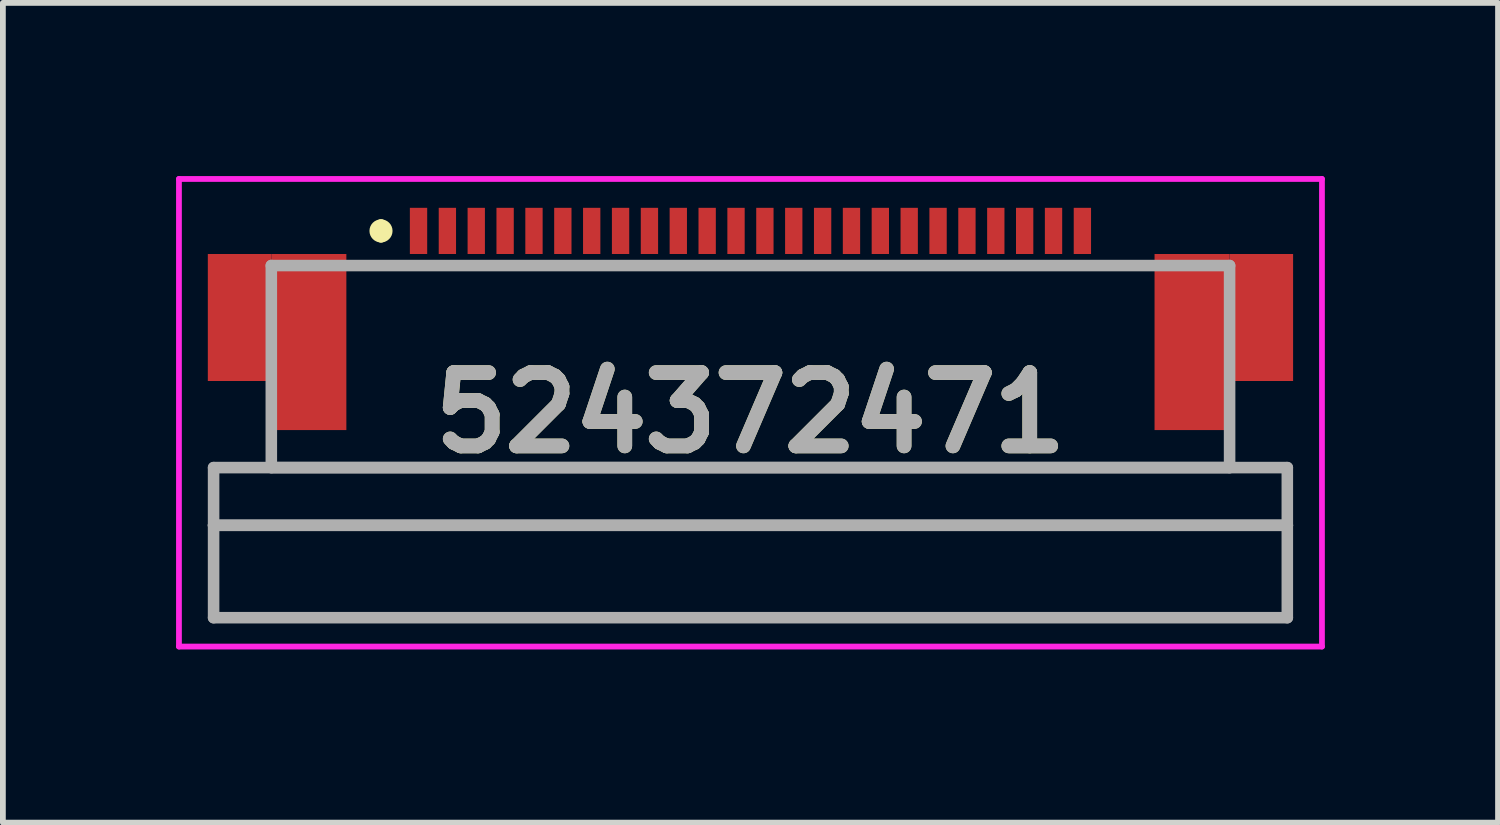
<source format=kicad_pcb>
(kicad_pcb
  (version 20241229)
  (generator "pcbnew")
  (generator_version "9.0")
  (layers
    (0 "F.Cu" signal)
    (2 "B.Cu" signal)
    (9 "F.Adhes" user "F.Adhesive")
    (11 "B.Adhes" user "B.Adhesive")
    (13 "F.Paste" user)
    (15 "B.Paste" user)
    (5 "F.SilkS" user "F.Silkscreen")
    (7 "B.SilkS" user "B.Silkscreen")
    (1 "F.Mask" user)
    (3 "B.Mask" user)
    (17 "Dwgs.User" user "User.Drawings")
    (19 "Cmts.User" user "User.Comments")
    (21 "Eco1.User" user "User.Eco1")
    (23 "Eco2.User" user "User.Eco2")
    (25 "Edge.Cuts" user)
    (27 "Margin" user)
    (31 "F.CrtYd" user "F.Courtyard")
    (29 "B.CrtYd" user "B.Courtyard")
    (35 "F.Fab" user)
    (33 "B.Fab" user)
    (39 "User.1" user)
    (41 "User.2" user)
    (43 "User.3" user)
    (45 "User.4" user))
  (footprint "524372471"
    (layer "F.Cu")
    (at 9.95 4.1)
    (property "Reference" "524372471" (at 0 0 0) (layer "F.SilkS") (effects (font (size 1.27 1.27) (thickness 0.254))))
    (attr smd)
    (fp_line (start -8.3 0.65) (end -8.3 0.95) (stroke (width 0.1) (type solid)) (layer "F.SilkS"))
    (fp_line (start -8.3 0.95) (end 8.3 0.95) (stroke (width 0.1) (type solid)) (layer "F.SilkS"))
    (fp_line (start -6.7 -2.55) (end -6.1 -2.55) (stroke (width 0.1) (type solid)) (layer "F.SilkS"))
    (fp_line (start -6.4 -3.25) (end -6.4 -3.25) (stroke (width 0.2) (type solid)) (layer "F.SilkS"))
    (fp_line (start -6.4 -3.05) (end -6.4 -3.05) (stroke (width 0.2) (type solid)) (layer "F.SilkS"))
    (fp_line (start 6.7 -2.55) (end 6.1 -2.55) (stroke (width 0.1) (type solid)) (layer "F.SilkS"))
    (fp_line (start 8.3 0.95) (end 8.3 0.65) (stroke (width 0.1) (type solid)) (layer "F.SilkS"))
    (fp_arc (start -6.4 -3.25) (mid -6.3 -3.15) (end -6.4 -3.05) (stroke (width 0.2) (type solid)) (layer "F.SilkS"))
    (fp_arc (start -6.4 -3.05) (mid -6.5 -3.15) (end -6.4 -3.25) (stroke (width 0.2) (type solid)) (layer "F.SilkS"))
    (fp_line (start -9.9 -4.05) (end 9.9 -4.05) (stroke (width 0.1) (type solid)) (layer "F.CrtYd"))
    (fp_line (start -9.9 4.05) (end -9.9 -4.05) (stroke (width 0.1) (type solid)) (layer "F.CrtYd"))
    (fp_line (start 9.9 -4.05) (end 9.9 4.05) (stroke (width 0.1) (type solid)) (layer "F.CrtYd"))
    (fp_line (start 9.9 4.05) (end -9.9 4.05) (stroke (width 0.1) (type solid)) (layer "F.CrtYd"))
    (fp_line (start -9.3 0.95) (end 9.3 0.95) (stroke (width 0.2) (type solid)) (layer "F.Fab"))
    (fp_line (start -9.3 1.95) (end -9.3 0.95) (stroke (width 0.2) (type solid)) (layer "F.Fab"))
    (fp_line (start -9.3 1.95) (end 9.3 1.95) (stroke (width 0.2) (type solid)) (layer "F.Fab"))
    (fp_line (start -9.3 3.55) (end -9.3 1.95) (stroke (width 0.2) (type solid)) (layer "F.Fab"))
    (fp_line (start -8.3 -2.55) (end 8.3 -2.55) (stroke (width 0.2) (type solid)) (layer "F.Fab"))
    (fp_line (start -8.3 0.95) (end -8.3 -2.55) (stroke (width 0.2) (type solid)) (layer "F.Fab"))
    (fp_line (start 8.3 -2.55) (end 8.3 0.95) (stroke (width 0.2) (type solid)) (layer "F.Fab"))
    (fp_line (start 8.3 0.95) (end -8.3 0.95) (stroke (width 0.2) (type solid)) (layer "F.Fab"))
    (fp_line (start 9.3 0.95) (end 9.3 1.95) (stroke (width 0.2) (type solid)) (layer "F.Fab"))
    (fp_line (start 9.3 1.95) (end -9.3 1.95) (stroke (width 0.2) (type solid)) (layer "F.Fab"))
    (fp_line (start 9.3 1.95) (end 9.3 3.55) (stroke (width 0.2) (type solid)) (layer "F.Fab"))
    (fp_line (start 9.3 3.55) (end -9.3 3.55) (stroke (width 0.2) (type solid)) (layer "F.Fab"))
    (fp_text user "${REFERENCE}" (at 0 0 0) (layer "F.Fab") (effects (font (size 1.27 1.27) (thickness 0.254))))
    (pad "1" smd rect (at -5.75 -3.15) (size 0.3 0.8) (layers "F.Cu" "F.Mask" "F.Paste"))
    (pad "2" smd rect (at -5.25 -3.15) (size 0.3 0.8) (layers "F.Cu" "F.Mask" "F.Paste"))
    (pad "3" smd rect (at -4.75 -3.15) (size 0.3 0.8) (layers "F.Cu" "F.Mask" "F.Paste"))
    (pad "4" smd rect (at -4.25 -3.15) (size 0.3 0.8) (layers "F.Cu" "F.Mask" "F.Paste"))
    (pad "5" smd rect (at -3.75 -3.15) (size 0.3 0.8) (layers "F.Cu" "F.Mask" "F.Paste"))
    (pad "6" smd rect (at -3.25 -3.15) (size 0.3 0.8) (layers "F.Cu" "F.Mask" "F.Paste"))
    (pad "7" smd rect (at -2.75 -3.15) (size 0.3 0.8) (layers "F.Cu" "F.Mask" "F.Paste"))
    (pad "8" smd rect (at -2.25 -3.15) (size 0.3 0.8) (layers "F.Cu" "F.Mask" "F.Paste"))
    (pad "9" smd rect (at -1.75 -3.15) (size 0.3 0.8) (layers "F.Cu" "F.Mask" "F.Paste"))
    (pad "10" smd rect (at -1.25 -3.15) (size 0.3 0.8) (layers "F.Cu" "F.Mask" "F.Paste"))
    (pad "11" smd rect (at -0.75 -3.15) (size 0.3 0.8) (layers "F.Cu" "F.Mask" "F.Paste"))
    (pad "12" smd rect (at -0.25 -3.15) (size 0.3 0.8) (layers "F.Cu" "F.Mask" "F.Paste"))
    (pad "13" smd rect (at 0.25 -3.15) (size 0.3 0.8) (layers "F.Cu" "F.Mask" "F.Paste"))
    (pad "14" smd rect (at 0.75 -3.15) (size 0.3 0.8) (layers "F.Cu" "F.Mask" "F.Paste"))
    (pad "15" smd rect (at 1.25 -3.15) (size 0.3 0.8) (layers "F.Cu" "F.Mask" "F.Paste"))
    (pad "16" smd rect (at 1.75 -3.15) (size 0.3 0.8) (layers "F.Cu" "F.Mask" "F.Paste"))
    (pad "17" smd rect (at 2.25 -3.15) (size 0.3 0.8) (layers "F.Cu" "F.Mask" "F.Paste"))
    (pad "18" smd rect (at 2.75 -3.15) (size 0.3 0.8) (layers "F.Cu" "F.Mask" "F.Paste"))
    (pad "19" smd rect (at 3.25 -3.15) (size 0.3 0.8) (layers "F.Cu" "F.Mask" "F.Paste"))
    (pad "20" smd rect (at 3.75 -3.15) (size 0.3 0.8) (layers "F.Cu" "F.Mask" "F.Paste"))
    (pad "21" smd rect (at 4.25 -3.15) (size 0.3 0.8) (layers "F.Cu" "F.Mask" "F.Paste"))
    (pad "22" smd rect (at 4.75 -3.15) (size 0.3 0.8) (layers "F.Cu" "F.Mask" "F.Paste"))
    (pad "23" smd rect (at 5.25 -3.15) (size 0.3 0.8) (layers "F.Cu" "F.Mask" "F.Paste"))
    (pad "24" smd rect (at 5.75 -3.15) (size 0.3 0.8) (layers "F.Cu" "F.Mask" "F.Paste"))
    (pad "AMP1" smd rect (at -8.85 -1.65) (size 1.1 2.2) (layers "F.Cu" "F.Mask" "F.Paste"))
    (pad "AMP2" smd rect (at 8.85 -1.65) (size 1.1 2.2) (layers "F.Cu" "F.Mask" "F.Paste"))
    (pad "MP1" smd rect (at -7.65 -1.225) (size 1.3 3.05) (layers "F.Cu" "F.Mask" "F.Paste"))
    (pad "MP2" smd rect (at 7.65 -1.225) (size 1.3 3.05) (layers "F.Cu" "F.Mask" "F.Paste")))
  (gr_rect
    (start -3 -3)
    (end 22.9 11.2)
    (stroke (width 0.1) (type default))
    (fill no)
    (layer "Edge.Cuts")))
</source>
